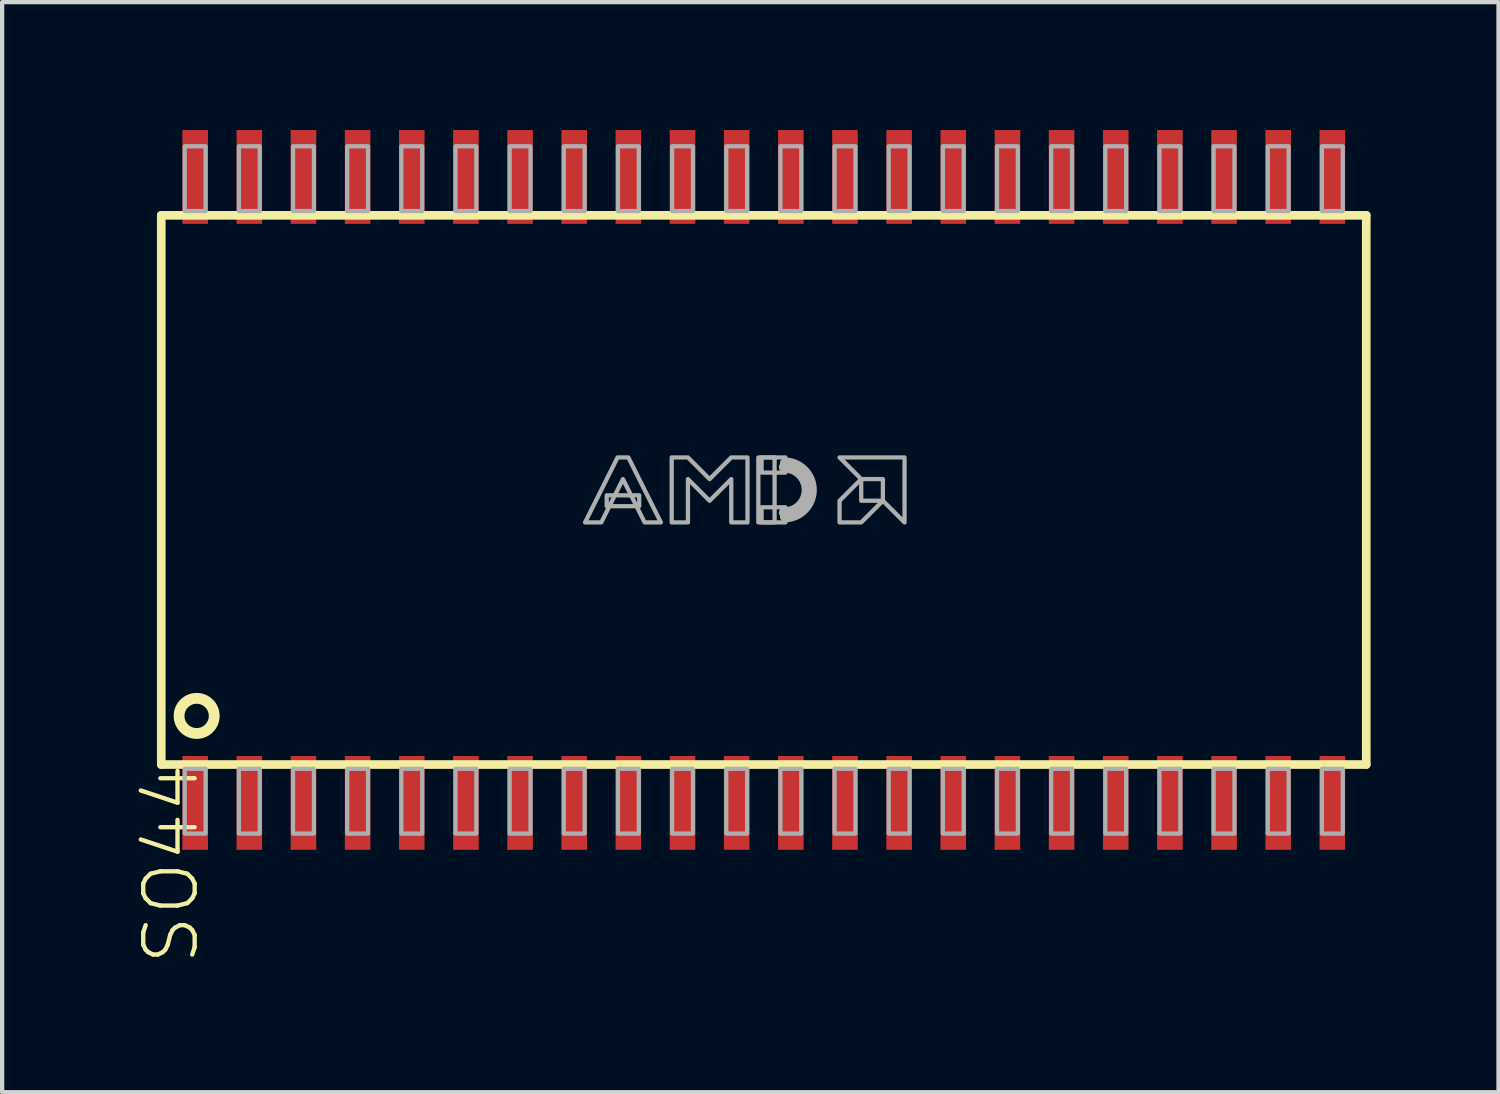
<source format=kicad_pcb>
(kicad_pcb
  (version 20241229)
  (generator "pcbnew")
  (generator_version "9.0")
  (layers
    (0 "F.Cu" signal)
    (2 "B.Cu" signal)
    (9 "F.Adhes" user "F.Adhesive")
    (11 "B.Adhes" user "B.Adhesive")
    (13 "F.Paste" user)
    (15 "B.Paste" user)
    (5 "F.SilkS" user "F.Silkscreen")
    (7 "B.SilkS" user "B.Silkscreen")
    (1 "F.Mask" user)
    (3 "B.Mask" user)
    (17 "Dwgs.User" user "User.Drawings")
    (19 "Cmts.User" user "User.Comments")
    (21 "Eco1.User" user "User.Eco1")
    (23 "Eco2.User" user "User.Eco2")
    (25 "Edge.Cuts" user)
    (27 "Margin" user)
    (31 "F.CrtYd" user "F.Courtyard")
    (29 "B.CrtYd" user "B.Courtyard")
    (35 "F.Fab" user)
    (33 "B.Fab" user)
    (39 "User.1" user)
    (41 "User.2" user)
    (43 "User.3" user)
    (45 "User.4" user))
  (footprint "SO44"
    (layer "F.Cu")
    (at 14.862 8.44)
    (property "Reference" "SO44" (at -14.605 6.35 90) (layer "F.SilkS") (effects (font (size 1.206 1.206) (thickness 0.102)) (justify right top)))
    (attr through_hole)
    (fp_line (start -14.13 -6.44) (end 14.13 -6.44) (stroke (width 0.203) (type solid)) (layer "F.SilkS"))
    (fp_line (start -14.13 6.44) (end -14.13 -6.44) (stroke (width 0.203) (type solid)) (layer "F.SilkS"))
    (fp_line (start 14.13 -6.44) (end 14.13 6.44) (stroke (width 0.203) (type solid)) (layer "F.SilkS"))
    (fp_line (start 14.13 6.44) (end -14.13 6.44) (stroke (width 0.203) (type solid)) (layer "F.SilkS"))
    (fp_circle (center -13.3 5.3) (end -12.888 5.3) (stroke (width 0.254) (type solid)) (fill no) (layer "F.SilkS"))
    (fp_arc (start 0.482598 -0.7366) (mid 1.219199 -0.000001) (end 0.4826 0.7366) (stroke (width 0.0508) (type solid)) (layer "F.Fab"))
    (fp_arc (start 0.482598 -0.635) (mid 1.117599 -0.000001) (end 0.4826 0.635) (stroke (width 0.2032) (type solid)) (layer "F.Fab"))
    (fp_arc (start 0.482598 -0.5334) (mid 1.015999 -0.000001) (end 0.4826 0.5334) (stroke (width 0.254) (type solid)) (layer "F.Fab"))
    (fp_poly (pts (xy -13.58 -6.54) (xy -13.09 -6.54) (xy -13.09 -8.06) (xy -13.58 -8.06)) (stroke (width 0.1) (type solid)) (fill no) (layer "F.Fab"))
    (fp_poly (pts (xy -13.58 8.06) (xy -13.09 8.06) (xy -13.09 6.54) (xy -13.58 6.54)) (stroke (width 0.1) (type solid)) (fill no) (layer "F.Fab"))
    (fp_poly (pts (xy -12.31 -6.54) (xy -11.82 -6.54) (xy -11.82 -8.06) (xy -12.31 -8.06)) (stroke (width 0.1) (type solid)) (fill no) (layer "F.Fab"))
    (fp_poly (pts (xy -12.31 8.06) (xy -11.82 8.06) (xy -11.82 6.54) (xy -12.31 6.54)) (stroke (width 0.1) (type solid)) (fill no) (layer "F.Fab"))
    (fp_poly (pts (xy -11.04 -6.54) (xy -10.55 -6.54) (xy -10.55 -8.06) (xy -11.04 -8.06)) (stroke (width 0.1) (type solid)) (fill no) (layer "F.Fab"))
    (fp_poly (pts (xy -11.04 8.06) (xy -10.55 8.06) (xy -10.55 6.54) (xy -11.04 6.54)) (stroke (width 0.1) (type solid)) (fill no) (layer "F.Fab"))
    (fp_poly (pts (xy -9.77 -6.54) (xy -9.28 -6.54) (xy -9.28 -8.06) (xy -9.77 -8.06)) (stroke (width 0.1) (type solid)) (fill no) (layer "F.Fab"))
    (fp_poly (pts (xy -9.77 8.06) (xy -9.28 8.06) (xy -9.28 6.54) (xy -9.77 6.54)) (stroke (width 0.1) (type solid)) (fill no) (layer "F.Fab"))
    (fp_poly (pts (xy -8.5 -6.54) (xy -8.01 -6.54) (xy -8.01 -8.06) (xy -8.5 -8.06)) (stroke (width 0.1) (type solid)) (fill no) (layer "F.Fab"))
    (fp_poly (pts (xy -8.5 8.06) (xy -8.01 8.06) (xy -8.01 6.54) (xy -8.5 6.54)) (stroke (width 0.1) (type solid)) (fill no) (layer "F.Fab"))
    (fp_poly (pts (xy -7.23 -6.54) (xy -6.74 -6.54) (xy -6.74 -8.06) (xy -7.23 -8.06)) (stroke (width 0.1) (type solid)) (fill no) (layer "F.Fab"))
    (fp_poly (pts (xy -7.23 8.06) (xy -6.74 8.06) (xy -6.74 6.54) (xy -7.23 6.54)) (stroke (width 0.1) (type solid)) (fill no) (layer "F.Fab"))
    (fp_poly (pts (xy -5.96 -6.54) (xy -5.47 -6.54) (xy -5.47 -8.06) (xy -5.96 -8.06)) (stroke (width 0.1) (type solid)) (fill no) (layer "F.Fab"))
    (fp_poly (pts (xy -5.96 8.06) (xy -5.47 8.06) (xy -5.47 6.54) (xy -5.96 6.54)) (stroke (width 0.1) (type solid)) (fill no) (layer "F.Fab"))
    (fp_poly (pts (xy -4.69 -6.54) (xy -4.2 -6.54) (xy -4.2 -8.06) (xy -4.69 -8.06)) (stroke (width 0.1) (type solid)) (fill no) (layer "F.Fab"))
    (fp_poly (pts (xy -4.69 8.06) (xy -4.2 8.06) (xy -4.2 6.54) (xy -4.69 6.54)) (stroke (width 0.1) (type solid)) (fill no) (layer "F.Fab"))
    (fp_poly (pts (xy -3.683 0.381) (xy -2.921 0.381) (xy -2.921 0.127) (xy -3.683 0.127)) (stroke (width 0.1) (type solid)) (fill no) (layer "F.Fab"))
    (fp_poly (pts (xy -3.42 -6.54) (xy -2.93 -6.54) (xy -2.93 -8.06) (xy -3.42 -8.06)) (stroke (width 0.1) (type solid)) (fill no) (layer "F.Fab"))
    (fp_poly (pts (xy -3.42 8.06) (xy -2.93 8.06) (xy -2.93 6.54) (xy -3.42 6.54)) (stroke (width 0.1) (type solid)) (fill no) (layer "F.Fab"))
    (fp_poly (pts (xy -2.15 -6.54) (xy -1.66 -6.54) (xy -1.66 -8.06) (xy -2.15 -8.06)) (stroke (width 0.1) (type solid)) (fill no) (layer "F.Fab"))
    (fp_poly (pts (xy -2.15 8.06) (xy -1.66 8.06) (xy -1.66 6.54) (xy -2.15 6.54)) (stroke (width 0.1) (type solid)) (fill no) (layer "F.Fab"))
    (fp_poly (pts (xy -0.88 -6.54) (xy -0.39 -6.54) (xy -0.39 -8.06) (xy -0.88 -8.06)) (stroke (width 0.1) (type solid)) (fill no) (layer "F.Fab"))
    (fp_poly (pts (xy -0.88 8.06) (xy -0.39 8.06) (xy -0.39 6.54) (xy -0.88 6.54)) (stroke (width 0.1) (type solid)) (fill no) (layer "F.Fab"))
    (fp_poly (pts (xy -0.127 0.762) (xy 0.254 0.762) (xy 0.254 -0.762) (xy -0.127 -0.762)) (stroke (width 0.1) (type solid)) (fill no) (layer "F.Fab"))
    (fp_poly (pts (xy -0.051 -0.406) (xy 0.508 -0.406) (xy 0.508 -0.762) (xy -0.051 -0.762)) (stroke (width 0.1) (type solid)) (fill no) (layer "F.Fab"))
    (fp_poly (pts (xy -0.051 0.762) (xy 0.508 0.762) (xy 0.508 0.406) (xy -0.051 0.406)) (stroke (width 0.1) (type solid)) (fill no) (layer "F.Fab"))
    (fp_poly (pts (xy 0.39 -6.54) (xy 0.88 -6.54) (xy 0.88 -8.06) (xy 0.39 -8.06)) (stroke (width 0.1) (type solid)) (fill no) (layer "F.Fab"))
    (fp_poly (pts (xy 0.39 8.06) (xy 0.88 8.06) (xy 0.88 6.54) (xy 0.39 6.54)) (stroke (width 0.1) (type solid)) (fill no) (layer "F.Fab"))
    (fp_poly (pts (xy 1.66 -6.54) (xy 2.15 -6.54) (xy 2.15 -8.06) (xy 1.66 -8.06)) (stroke (width 0.1) (type solid)) (fill no) (layer "F.Fab"))
    (fp_poly (pts (xy 1.66 8.06) (xy 2.15 8.06) (xy 2.15 6.54) (xy 1.66 6.54)) (stroke (width 0.1) (type solid)) (fill no) (layer "F.Fab"))
    (fp_poly (pts (xy 2.93 -6.54) (xy 3.42 -6.54) (xy 3.42 -8.06) (xy 2.93 -8.06)) (stroke (width 0.1) (type solid)) (fill no) (layer "F.Fab"))
    (fp_poly (pts (xy 2.93 8.06) (xy 3.42 8.06) (xy 3.42 6.54) (xy 2.93 6.54)) (stroke (width 0.1) (type solid)) (fill no) (layer "F.Fab"))
    (fp_poly (pts (xy 4.2 -6.54) (xy 4.69 -6.54) (xy 4.69 -8.06) (xy 4.2 -8.06)) (stroke (width 0.1) (type solid)) (fill no) (layer "F.Fab"))
    (fp_poly (pts (xy 4.2 8.06) (xy 4.69 8.06) (xy 4.69 6.54) (xy 4.2 6.54)) (stroke (width 0.1) (type solid)) (fill no) (layer "F.Fab"))
    (fp_poly (pts (xy 5.47 -6.54) (xy 5.96 -6.54) (xy 5.96 -8.06) (xy 5.47 -8.06)) (stroke (width 0.1) (type solid)) (fill no) (layer "F.Fab"))
    (fp_poly (pts (xy 5.47 8.06) (xy 5.96 8.06) (xy 5.96 6.54) (xy 5.47 6.54)) (stroke (width 0.1) (type solid)) (fill no) (layer "F.Fab"))
    (fp_poly (pts (xy 6.74 -6.54) (xy 7.23 -6.54) (xy 7.23 -8.06) (xy 6.74 -8.06)) (stroke (width 0.1) (type solid)) (fill no) (layer "F.Fab"))
    (fp_poly (pts (xy 6.74 8.06) (xy 7.23 8.06) (xy 7.23 6.54) (xy 6.74 6.54)) (stroke (width 0.1) (type solid)) (fill no) (layer "F.Fab"))
    (fp_poly (pts (xy 8.01 -6.54) (xy 8.5 -6.54) (xy 8.5 -8.06) (xy 8.01 -8.06)) (stroke (width 0.1) (type solid)) (fill no) (layer "F.Fab"))
    (fp_poly (pts (xy 8.01 8.06) (xy 8.5 8.06) (xy 8.5 6.54) (xy 8.01 6.54)) (stroke (width 0.1) (type solid)) (fill no) (layer "F.Fab"))
    (fp_poly (pts (xy 9.28 -6.54) (xy 9.77 -6.54) (xy 9.77 -8.06) (xy 9.28 -8.06)) (stroke (width 0.1) (type solid)) (fill no) (layer "F.Fab"))
    (fp_poly (pts (xy 9.28 8.06) (xy 9.77 8.06) (xy 9.77 6.54) (xy 9.28 6.54)) (stroke (width 0.1) (type solid)) (fill no) (layer "F.Fab"))
    (fp_poly (pts (xy 10.55 -6.54) (xy 11.04 -6.54) (xy 11.04 -8.06) (xy 10.55 -8.06)) (stroke (width 0.1) (type solid)) (fill no) (layer "F.Fab"))
    (fp_poly (pts (xy 10.55 8.06) (xy 11.04 8.06) (xy 11.04 6.54) (xy 10.55 6.54)) (stroke (width 0.1) (type solid)) (fill no) (layer "F.Fab"))
    (fp_poly (pts (xy 11.82 -6.54) (xy 12.31 -6.54) (xy 12.31 -8.06) (xy 11.82 -8.06)) (stroke (width 0.1) (type solid)) (fill no) (layer "F.Fab"))
    (fp_poly (pts (xy 11.82 8.06) (xy 12.31 8.06) (xy 12.31 6.54) (xy 11.82 6.54)) (stroke (width 0.1) (type solid)) (fill no) (layer "F.Fab"))
    (fp_poly (pts (xy 13.09 -6.54) (xy 13.58 -6.54) (xy 13.58 -8.06) (xy 13.09 -8.06)) (stroke (width 0.1) (type solid)) (fill no) (layer "F.Fab"))
    (fp_poly (pts (xy 13.09 8.06) (xy 13.58 8.06) (xy 13.58 6.54) (xy 13.09 6.54)) (stroke (width 0.1) (type solid)) (fill no) (layer "F.Fab"))
    (fp_poly (pts (xy 1.778 -0.762) (xy 3.302 -0.762) (xy 3.302 0.762) (xy 2.794 0.254) (xy 2.794 -0.254) (xy 2.286 -0.254)) (stroke (width 0.1) (type solid)) (fill no) (layer "F.Fab"))
    (fp_poly (pts (xy 2.286 -0.254) (xy 1.778 0.254) (xy 1.778 0.762) (xy 2.286 0.762) (xy 2.794 0.254) (xy 2.286 0.254)) (stroke (width 0.1) (type solid)) (fill no) (layer "F.Fab"))
    (fp_poly (pts (xy -4.191 0.762) (xy -3.429 -0.762) (xy -3.175 -0.762) (xy -2.413 0.762) (xy -2.794 0.762) (xy -3.302 -0.254) (xy -3.81 0.762)) (stroke (width 0.1) (type solid)) (fill no) (layer "F.Fab"))
    (fp_poly (pts (xy -2.159 0.762) (xy -2.159 -0.762) (xy -1.778 -0.762) (xy -1.27 -0.254) (xy -0.762 -0.762) (xy -0.381 -0.762) (xy -0.381 0.762) (xy -0.762 0.762) (xy -0.762 -0.254) (xy -1.27 0.254) (xy -1.778 -0.254) (xy -1.778 0.762)) (stroke (width 0.1) (type solid)) (fill no) (layer "F.Fab"))
    (pad "1" smd rect (at -13.335 7.34) (size 0.6 2.2) (layers "F.Cu" "F.Mask" "F.Paste"))
    (pad "2" smd rect (at -12.065 7.34) (size 0.6 2.2) (layers "F.Cu" "F.Mask" "F.Paste"))
    (pad "3" smd rect (at -10.795 7.34) (size 0.6 2.2) (layers "F.Cu" "F.Mask" "F.Paste"))
    (pad "4" smd rect (at -9.525 7.34) (size 0.6 2.2) (layers "F.Cu" "F.Mask" "F.Paste"))
    (pad "5" smd rect (at -8.255 7.34) (size 0.6 2.2) (layers "F.Cu" "F.Mask" "F.Paste"))
    (pad "6" smd rect (at -6.985 7.34) (size 0.6 2.2) (layers "F.Cu" "F.Mask" "F.Paste"))
    (pad "7" smd rect (at -5.715 7.34) (size 0.6 2.2) (layers "F.Cu" "F.Mask" "F.Paste"))
    (pad "8" smd rect (at -4.445 7.34) (size 0.6 2.2) (layers "F.Cu" "F.Mask" "F.Paste"))
    (pad "9" smd rect (at -3.175 7.34) (size 0.6 2.2) (layers "F.Cu" "F.Mask" "F.Paste"))
    (pad "10" smd rect (at -1.905 7.34) (size 0.6 2.2) (layers "F.Cu" "F.Mask" "F.Paste"))
    (pad "11" smd rect (at -0.635 7.34) (size 0.6 2.2) (layers "F.Cu" "F.Mask" "F.Paste"))
    (pad "12" smd rect (at 0.635 7.34) (size 0.6 2.2) (layers "F.Cu" "F.Mask" "F.Paste"))
    (pad "13" smd rect (at 1.905 7.34) (size 0.6 2.2) (layers "F.Cu" "F.Mask" "F.Paste"))
    (pad "14" smd rect (at 3.175 7.34) (size 0.6 2.2) (layers "F.Cu" "F.Mask" "F.Paste"))
    (pad "15" smd rect (at 4.445 7.34) (size 0.6 2.2) (layers "F.Cu" "F.Mask" "F.Paste"))
    (pad "16" smd rect (at 5.715 7.34) (size 0.6 2.2) (layers "F.Cu" "F.Mask" "F.Paste"))
    (pad "17" smd rect (at 6.985 7.34) (size 0.6 2.2) (layers "F.Cu" "F.Mask" "F.Paste"))
    (pad "18" smd rect (at 8.255 7.34) (size 0.6 2.2) (layers "F.Cu" "F.Mask" "F.Paste"))
    (pad "19" smd rect (at 9.525 7.34) (size 0.6 2.2) (layers "F.Cu" "F.Mask" "F.Paste"))
    (pad "20" smd rect (at 10.795 7.34) (size 0.6 2.2) (layers "F.Cu" "F.Mask" "F.Paste"))
    (pad "21" smd rect (at 12.065 7.34) (size 0.6 2.2) (layers "F.Cu" "F.Mask" "F.Paste"))
    (pad "22" smd rect (at 13.335 7.34) (size 0.6 2.2) (layers "F.Cu" "F.Mask" "F.Paste"))
    (pad "23" smd rect (at 13.335 -7.34) (size 0.6 2.2) (layers "F.Cu" "F.Mask" "F.Paste"))
    (pad "24" smd rect (at 12.065 -7.34) (size 0.6 2.2) (layers "F.Cu" "F.Mask" "F.Paste"))
    (pad "25" smd rect (at 10.795 -7.34) (size 0.6 2.2) (layers "F.Cu" "F.Mask" "F.Paste"))
    (pad "26" smd rect (at 9.525 -7.34) (size 0.6 2.2) (layers "F.Cu" "F.Mask" "F.Paste"))
    (pad "27" smd rect (at 8.255 -7.34) (size 0.6 2.2) (layers "F.Cu" "F.Mask" "F.Paste"))
    (pad "28" smd rect (at 6.985 -7.34) (size 0.6 2.2) (layers "F.Cu" "F.Mask" "F.Paste"))
    (pad "29" smd rect (at 5.715 -7.34) (size 0.6 2.2) (layers "F.Cu" "F.Mask" "F.Paste"))
    (pad "30" smd rect (at 4.445 -7.34) (size 0.6 2.2) (layers "F.Cu" "F.Mask" "F.Paste"))
    (pad "31" smd rect (at 3.175 -7.34) (size 0.6 2.2) (layers "F.Cu" "F.Mask" "F.Paste"))
    (pad "32" smd rect (at 1.905 -7.34) (size 0.6 2.2) (layers "F.Cu" "F.Mask" "F.Paste"))
    (pad "33" smd rect (at 0.635 -7.34) (size 0.6 2.2) (layers "F.Cu" "F.Mask" "F.Paste"))
    (pad "34" smd rect (at -0.635 -7.34) (size 0.6 2.2) (layers "F.Cu" "F.Mask" "F.Paste"))
    (pad "35" smd rect (at -1.905 -7.34) (size 0.6 2.2) (layers "F.Cu" "F.Mask" "F.Paste"))
    (pad "36" smd rect (at -3.175 -7.34) (size 0.6 2.2) (layers "F.Cu" "F.Mask" "F.Paste"))
    (pad "37" smd rect (at -4.445 -7.34) (size 0.6 2.2) (layers "F.Cu" "F.Mask" "F.Paste"))
    (pad "38" smd rect (at -5.715 -7.34) (size 0.6 2.2) (layers "F.Cu" "F.Mask" "F.Paste"))
    (pad "39" smd rect (at -6.985 -7.34) (size 0.6 2.2) (layers "F.Cu" "F.Mask" "F.Paste"))
    (pad "40" smd rect (at -8.255 -7.34) (size 0.6 2.2) (layers "F.Cu" "F.Mask" "F.Paste"))
    (pad "41" smd rect (at -9.525 -7.34) (size 0.6 2.2) (layers "F.Cu" "F.Mask" "F.Paste"))
    (pad "42" smd rect (at -10.795 -7.34) (size 0.6 2.2) (layers "F.Cu" "F.Mask" "F.Paste"))
    (pad "43" smd rect (at -12.065 -7.34) (size 0.6 2.2) (layers "F.Cu" "F.Mask" "F.Paste"))
    (pad "44" smd rect (at -13.335 -7.34) (size 0.6 2.2) (layers "F.Cu" "F.Mask" "F.Paste")))
  (gr_rect
    (start -3 -3)
    (end 32.094 22.565)
    (stroke (width 0.1) (type default))
    (fill no)
    (layer "Edge.Cuts")))
</source>
